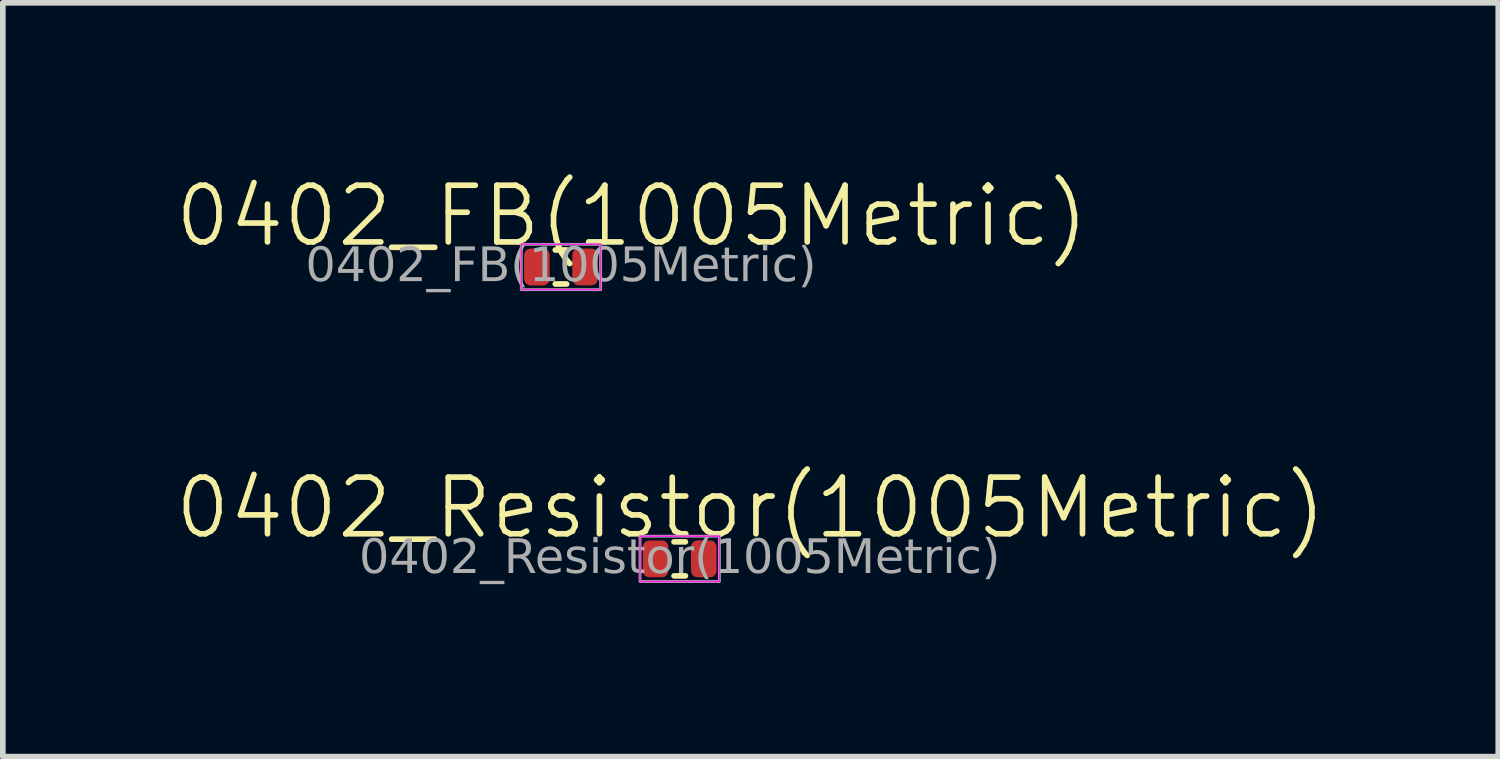
<source format=kicad_pcb>
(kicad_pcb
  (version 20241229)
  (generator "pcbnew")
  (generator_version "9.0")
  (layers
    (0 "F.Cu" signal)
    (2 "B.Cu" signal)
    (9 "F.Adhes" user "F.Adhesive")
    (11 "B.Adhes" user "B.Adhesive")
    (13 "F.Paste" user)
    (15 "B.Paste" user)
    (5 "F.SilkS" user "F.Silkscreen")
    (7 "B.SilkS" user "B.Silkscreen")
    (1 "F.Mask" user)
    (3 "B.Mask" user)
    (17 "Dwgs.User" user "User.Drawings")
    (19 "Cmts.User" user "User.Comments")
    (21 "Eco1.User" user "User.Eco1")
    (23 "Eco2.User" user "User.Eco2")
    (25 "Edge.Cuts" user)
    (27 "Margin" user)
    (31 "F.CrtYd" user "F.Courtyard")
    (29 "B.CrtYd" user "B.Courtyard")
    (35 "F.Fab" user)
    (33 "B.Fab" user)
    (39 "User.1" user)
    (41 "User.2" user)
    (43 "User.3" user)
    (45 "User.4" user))
  (footprint "0402_FB(1005Metric)"
    (layer "F.Cu")
    (at 6.848 1.661)
    (property "Reference" "0402_FB(1005Metric)" (at 1.25 -0.9 0) (unlocked yes) (layer "F.SilkS") (effects (font (size 1 1) (thickness 0.1))))
    (attr smd)
    (fp_line (start -0.1 -0.3) (end 0.1 -0.3) (stroke (width 0.1) (type default)) (layer "F.SilkS"))
    (fp_line (start -0.1 0.3) (end 0.1 0.3) (stroke (width 0.1) (type default)) (layer "F.SilkS"))
    (fp_rect (start -0.7 -0.4) (end 0.7 0.4) (stroke (width 0.025) (type default)) (fill no) (layer "F.CrtYd"))
    (fp_rect (start -0.7 -0.4) (end 0.7 0.4) (stroke (width 0.05) (type default)) (fill no) (layer "F.Fab"))
    (fp_text user "${REFERENCE}" (at 0 0 0) (unlocked yes) (layer "F.Fab") (effects (font (face "Arial") (size 0.6 0.6) (thickness 0.125))))
    (pad "1" smd roundrect (at -0.425 0) (size 0.45 0.65) (layers "F.Cu" "F.Mask" "F.Paste") (roundrect_rratio 0.25))
    (pad "2" smd roundrect (at 0.425 0) (size 0.45 0.65) (layers "F.Cu" "F.Mask" "F.Paste") (roundrect_rratio 0.25)))
  (footprint "0402_Resistor(1005Metric)"
    (layer "F.Cu")
    (at 8.943 6.811)
    (property "Reference" "0402_Resistor(1005Metric)" (at 1.25 -0.9 0) (unlocked yes) (layer "F.SilkS") (effects (font (size 1 1) (thickness 0.1))))
    (attr smd)
    (fp_line (start -0.1 -0.3) (end 0.1 -0.3) (stroke (width 0.1) (type default)) (layer "F.SilkS"))
    (fp_line (start -0.1 0.3) (end 0.1 0.3) (stroke (width 0.1) (type default)) (layer "F.SilkS"))
    (fp_rect (start -0.7 -0.4) (end 0.7 0.4) (stroke (width 0.025) (type default)) (fill no) (layer "F.CrtYd"))
    (fp_rect (start -0.7 -0.4) (end 0.7 0.4) (stroke (width 0.05) (type default)) (fill no) (layer "F.Fab"))
    (fp_text user "${REFERENCE}" (at 0 0 0) (unlocked yes) (layer "F.Fab") (effects (font (face "Arial") (size 0.6 0.6) (thickness 0.125))))
    (pad "1" smd roundrect (at -0.425 0) (size 0.45 0.65) (layers "F.Cu" "F.Mask" "F.Paste") (roundrect_rratio 0.25))
    (pad "2" smd roundrect (at 0.425 0) (size 0.45 0.65) (layers "F.Cu" "F.Mask" "F.Paste") (roundrect_rratio 0.25)))
  (gr_rect
    (start -3 -3)
    (end 23.386 10.301)
    (stroke (width 0.1) (type default))
    (fill no)
    (layer "Edge.Cuts")))
</source>
